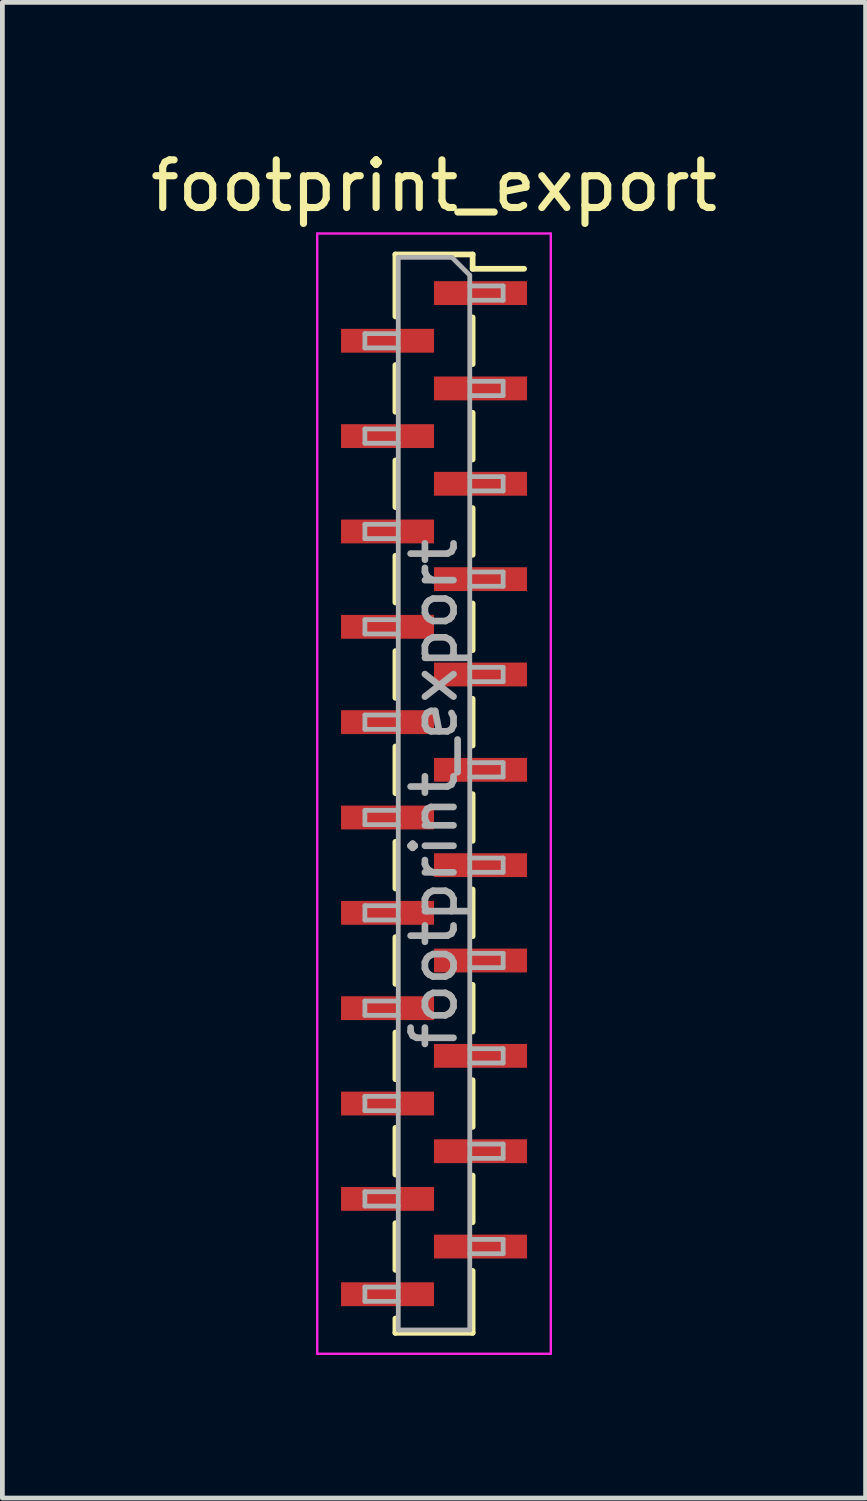
<source format=kicad_pcb>
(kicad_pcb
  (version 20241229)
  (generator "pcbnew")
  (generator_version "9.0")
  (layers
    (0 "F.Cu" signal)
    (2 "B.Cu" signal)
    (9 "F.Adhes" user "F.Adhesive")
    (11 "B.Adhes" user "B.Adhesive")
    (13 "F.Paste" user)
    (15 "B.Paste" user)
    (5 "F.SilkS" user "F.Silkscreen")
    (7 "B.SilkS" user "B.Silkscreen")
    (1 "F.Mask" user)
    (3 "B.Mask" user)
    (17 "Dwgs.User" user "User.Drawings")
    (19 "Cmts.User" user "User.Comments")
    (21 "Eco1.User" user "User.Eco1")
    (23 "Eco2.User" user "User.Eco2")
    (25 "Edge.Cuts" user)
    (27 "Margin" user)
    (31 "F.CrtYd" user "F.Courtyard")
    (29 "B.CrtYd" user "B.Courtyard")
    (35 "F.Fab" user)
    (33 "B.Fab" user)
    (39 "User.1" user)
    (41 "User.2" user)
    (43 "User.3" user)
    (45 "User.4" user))
  (footprint "footprint_export"
    (layer "F.Cu")
    (at 6.054 13.598)
    (property "Reference" "footprint_export" (at 0 -12.75 0) (layer "F.SilkS") (effects (font (size 1 1) (thickness 0.15))))
    (attr smd)
    (fp_line (start -0.81 -11.31) (end -0.81 -10.01) (stroke (width 0.12) (type solid)) (layer "F.SilkS"))
    (fp_line (start -0.81 -11.31) (end 0.81 -11.31) (stroke (width 0.12) (type solid)) (layer "F.SilkS"))
    (fp_line (start -0.81 -8.99) (end -0.81 -8.01) (stroke (width 0.12) (type solid)) (layer "F.SilkS"))
    (fp_line (start -0.81 -6.99) (end -0.81 -6.01) (stroke (width 0.12) (type solid)) (layer "F.SilkS"))
    (fp_line (start -0.81 -4.99) (end -0.81 -4.01) (stroke (width 0.12) (type solid)) (layer "F.SilkS"))
    (fp_line (start -0.81 -2.99) (end -0.81 -2.01) (stroke (width 0.12) (type solid)) (layer "F.SilkS"))
    (fp_line (start -0.81 -0.99) (end -0.81 -0.01) (stroke (width 0.12) (type solid)) (layer "F.SilkS"))
    (fp_line (start -0.81 1.01) (end -0.81 1.99) (stroke (width 0.12) (type solid)) (layer "F.SilkS"))
    (fp_line (start -0.81 3.01) (end -0.81 3.99) (stroke (width 0.12) (type solid)) (layer "F.SilkS"))
    (fp_line (start -0.81 5.01) (end -0.81 5.99) (stroke (width 0.12) (type solid)) (layer "F.SilkS"))
    (fp_line (start -0.81 7.01) (end -0.81 7.99) (stroke (width 0.12) (type solid)) (layer "F.SilkS"))
    (fp_line (start -0.81 9.01) (end -0.81 9.99) (stroke (width 0.12) (type solid)) (layer "F.SilkS"))
    (fp_line (start -0.81 11.01) (end -0.81 11.31) (stroke (width 0.12) (type solid)) (layer "F.SilkS"))
    (fp_line (start -0.81 11.31) (end 0.81 11.31) (stroke (width 0.12) (type solid)) (layer "F.SilkS"))
    (fp_line (start 0.81 -11.31) (end 0.81 -11.01) (stroke (width 0.12) (type solid)) (layer "F.SilkS"))
    (fp_line (start 0.81 -11.01) (end 1.89 -11.01) (stroke (width 0.12) (type solid)) (layer "F.SilkS"))
    (fp_line (start 0.81 -9.99) (end 0.81 -9.01) (stroke (width 0.12) (type solid)) (layer "F.SilkS"))
    (fp_line (start 0.81 -7.99) (end 0.81 -7.01) (stroke (width 0.12) (type solid)) (layer "F.SilkS"))
    (fp_line (start 0.81 -5.99) (end 0.81 -5.01) (stroke (width 0.12) (type solid)) (layer "F.SilkS"))
    (fp_line (start 0.81 -3.99) (end 0.81 -3.01) (stroke (width 0.12) (type solid)) (layer "F.SilkS"))
    (fp_line (start 0.81 -1.99) (end 0.81 -1.01) (stroke (width 0.12) (type solid)) (layer "F.SilkS"))
    (fp_line (start 0.81 0.01) (end 0.81 0.99) (stroke (width 0.12) (type solid)) (layer "F.SilkS"))
    (fp_line (start 0.81 2.01) (end 0.81 2.99) (stroke (width 0.12) (type solid)) (layer "F.SilkS"))
    (fp_line (start 0.81 4.01) (end 0.81 4.99) (stroke (width 0.12) (type solid)) (layer "F.SilkS"))
    (fp_line (start 0.81 6.01) (end 0.81 6.99) (stroke (width 0.12) (type solid)) (layer "F.SilkS"))
    (fp_line (start 0.81 8.01) (end 0.81 8.99) (stroke (width 0.12) (type solid)) (layer "F.SilkS"))
    (fp_line (start 0.81 10.01) (end 0.81 11.31) (stroke (width 0.12) (type solid)) (layer "F.SilkS"))
    (fp_line (start -2.45 -11.75) (end 2.45 -11.75) (stroke (width 0.05) (type solid)) (layer "F.CrtYd"))
    (fp_line (start -2.45 11.75) (end -2.45 -11.75) (stroke (width 0.05) (type solid)) (layer "F.CrtYd"))
    (fp_line (start 2.45 -11.75) (end 2.45 11.75) (stroke (width 0.05) (type solid)) (layer "F.CrtYd"))
    (fp_line (start 2.45 11.75) (end -2.45 11.75) (stroke (width 0.05) (type solid)) (layer "F.CrtYd"))
    (fp_line (start -1.45 -9.65) (end -0.75 -9.65) (stroke (width 0.1) (type solid)) (layer "F.Fab"))
    (fp_line (start -1.45 -9.35) (end -1.45 -9.65) (stroke (width 0.1) (type solid)) (layer "F.Fab"))
    (fp_line (start -1.45 -7.65) (end -0.75 -7.65) (stroke (width 0.1) (type solid)) (layer "F.Fab"))
    (fp_line (start -1.45 -7.35) (end -1.45 -7.65) (stroke (width 0.1) (type solid)) (layer "F.Fab"))
    (fp_line (start -1.45 -5.65) (end -0.75 -5.65) (stroke (width 0.1) (type solid)) (layer "F.Fab"))
    (fp_line (start -1.45 -5.35) (end -1.45 -5.65) (stroke (width 0.1) (type solid)) (layer "F.Fab"))
    (fp_line (start -1.45 -3.65) (end -0.75 -3.65) (stroke (width 0.1) (type solid)) (layer "F.Fab"))
    (fp_line (start -1.45 -3.35) (end -1.45 -3.65) (stroke (width 0.1) (type solid)) (layer "F.Fab"))
    (fp_line (start -1.45 -1.65) (end -0.75 -1.65) (stroke (width 0.1) (type solid)) (layer "F.Fab"))
    (fp_line (start -1.45 -1.35) (end -1.45 -1.65) (stroke (width 0.1) (type solid)) (layer "F.Fab"))
    (fp_line (start -1.45 0.35) (end -0.75 0.35) (stroke (width 0.1) (type solid)) (layer "F.Fab"))
    (fp_line (start -1.45 0.65) (end -1.45 0.35) (stroke (width 0.1) (type solid)) (layer "F.Fab"))
    (fp_line (start -1.45 2.35) (end -0.75 2.35) (stroke (width 0.1) (type solid)) (layer "F.Fab"))
    (fp_line (start -1.45 2.65) (end -1.45 2.35) (stroke (width 0.1) (type solid)) (layer "F.Fab"))
    (fp_line (start -1.45 4.35) (end -0.75 4.35) (stroke (width 0.1) (type solid)) (layer "F.Fab"))
    (fp_line (start -1.45 4.65) (end -1.45 4.35) (stroke (width 0.1) (type solid)) (layer "F.Fab"))
    (fp_line (start -1.45 6.35) (end -0.75 6.35) (stroke (width 0.1) (type solid)) (layer "F.Fab"))
    (fp_line (start -1.45 6.65) (end -1.45 6.35) (stroke (width 0.1) (type solid)) (layer "F.Fab"))
    (fp_line (start -1.45 8.35) (end -0.75 8.35) (stroke (width 0.1) (type solid)) (layer "F.Fab"))
    (fp_line (start -1.45 8.65) (end -1.45 8.35) (stroke (width 0.1) (type solid)) (layer "F.Fab"))
    (fp_line (start -1.45 10.35) (end -0.75 10.35) (stroke (width 0.1) (type solid)) (layer "F.Fab"))
    (fp_line (start -1.45 10.65) (end -1.45 10.35) (stroke (width 0.1) (type solid)) (layer "F.Fab"))
    (fp_line (start -0.75 -11.25) (end 0.375 -11.25) (stroke (width 0.1) (type solid)) (layer "F.Fab"))
    (fp_line (start -0.75 -9.35) (end -1.45 -9.35) (stroke (width 0.1) (type solid)) (layer "F.Fab"))
    (fp_line (start -0.75 -7.35) (end -1.45 -7.35) (stroke (width 0.1) (type solid)) (layer "F.Fab"))
    (fp_line (start -0.75 -5.35) (end -1.45 -5.35) (stroke (width 0.1) (type solid)) (layer "F.Fab"))
    (fp_line (start -0.75 -3.35) (end -1.45 -3.35) (stroke (width 0.1) (type solid)) (layer "F.Fab"))
    (fp_line (start -0.75 -1.35) (end -1.45 -1.35) (stroke (width 0.1) (type solid)) (layer "F.Fab"))
    (fp_line (start -0.75 0.65) (end -1.45 0.65) (stroke (width 0.1) (type solid)) (layer "F.Fab"))
    (fp_line (start -0.75 2.65) (end -1.45 2.65) (stroke (width 0.1) (type solid)) (layer "F.Fab"))
    (fp_line (start -0.75 4.65) (end -1.45 4.65) (stroke (width 0.1) (type solid)) (layer "F.Fab"))
    (fp_line (start -0.75 6.65) (end -1.45 6.65) (stroke (width 0.1) (type solid)) (layer "F.Fab"))
    (fp_line (start -0.75 8.65) (end -1.45 8.65) (stroke (width 0.1) (type solid)) (layer "F.Fab"))
    (fp_line (start -0.75 10.65) (end -1.45 10.65) (stroke (width 0.1) (type solid)) (layer "F.Fab"))
    (fp_line (start -0.75 11.25) (end -0.75 -11.25) (stroke (width 0.1) (type solid)) (layer "F.Fab"))
    (fp_line (start 0.375 -11.25) (end 0.75 -10.875) (stroke (width 0.1) (type solid)) (layer "F.Fab"))
    (fp_line (start 0.75 -10.875) (end 0.75 11.25) (stroke (width 0.1) (type solid)) (layer "F.Fab"))
    (fp_line (start 0.75 -10.65) (end 1.45 -10.65) (stroke (width 0.1) (type solid)) (layer "F.Fab"))
    (fp_line (start 0.75 -8.65) (end 1.45 -8.65) (stroke (width 0.1) (type solid)) (layer "F.Fab"))
    (fp_line (start 0.75 -6.65) (end 1.45 -6.65) (stroke (width 0.1) (type solid)) (layer "F.Fab"))
    (fp_line (start 0.75 -4.65) (end 1.45 -4.65) (stroke (width 0.1) (type solid)) (layer "F.Fab"))
    (fp_line (start 0.75 -2.65) (end 1.45 -2.65) (stroke (width 0.1) (type solid)) (layer "F.Fab"))
    (fp_line (start 0.75 -0.65) (end 1.45 -0.65) (stroke (width 0.1) (type solid)) (layer "F.Fab"))
    (fp_line (start 0.75 1.35) (end 1.45 1.35) (stroke (width 0.1) (type solid)) (layer "F.Fab"))
    (fp_line (start 0.75 3.35) (end 1.45 3.35) (stroke (width 0.1) (type solid)) (layer "F.Fab"))
    (fp_line (start 0.75 5.35) (end 1.45 5.35) (stroke (width 0.1) (type solid)) (layer "F.Fab"))
    (fp_line (start 0.75 7.35) (end 1.45 7.35) (stroke (width 0.1) (type solid)) (layer "F.Fab"))
    (fp_line (start 0.75 9.35) (end 1.45 9.35) (stroke (width 0.1) (type solid)) (layer "F.Fab"))
    (fp_line (start 0.75 11.25) (end -0.75 11.25) (stroke (width 0.1) (type solid)) (layer "F.Fab"))
    (fp_line (start 1.45 -10.65) (end 1.45 -10.35) (stroke (width 0.1) (type solid)) (layer "F.Fab"))
    (fp_line (start 1.45 -10.35) (end 0.75 -10.35) (stroke (width 0.1) (type solid)) (layer "F.Fab"))
    (fp_line (start 1.45 -8.65) (end 1.45 -8.35) (stroke (width 0.1) (type solid)) (layer "F.Fab"))
    (fp_line (start 1.45 -8.35) (end 0.75 -8.35) (stroke (width 0.1) (type solid)) (layer "F.Fab"))
    (fp_line (start 1.45 -6.65) (end 1.45 -6.35) (stroke (width 0.1) (type solid)) (layer "F.Fab"))
    (fp_line (start 1.45 -6.35) (end 0.75 -6.35) (stroke (width 0.1) (type solid)) (layer "F.Fab"))
    (fp_line (start 1.45 -4.65) (end 1.45 -4.35) (stroke (width 0.1) (type solid)) (layer "F.Fab"))
    (fp_line (start 1.45 -4.35) (end 0.75 -4.35) (stroke (width 0.1) (type solid)) (layer "F.Fab"))
    (fp_line (start 1.45 -2.65) (end 1.45 -2.35) (stroke (width 0.1) (type solid)) (layer "F.Fab"))
    (fp_line (start 1.45 -2.35) (end 0.75 -2.35) (stroke (width 0.1) (type solid)) (layer "F.Fab"))
    (fp_line (start 1.45 -0.65) (end 1.45 -0.35) (stroke (width 0.1) (type solid)) (layer "F.Fab"))
    (fp_line (start 1.45 -0.35) (end 0.75 -0.35) (stroke (width 0.1) (type solid)) (layer "F.Fab"))
    (fp_line (start 1.45 1.35) (end 1.45 1.65) (stroke (width 0.1) (type solid)) (layer "F.Fab"))
    (fp_line (start 1.45 1.65) (end 0.75 1.65) (stroke (width 0.1) (type solid)) (layer "F.Fab"))
    (fp_line (start 1.45 3.35) (end 1.45 3.65) (stroke (width 0.1) (type solid)) (layer "F.Fab"))
    (fp_line (start 1.45 3.65) (end 0.75 3.65) (stroke (width 0.1) (type solid)) (layer "F.Fab"))
    (fp_line (start 1.45 5.35) (end 1.45 5.65) (stroke (width 0.1) (type solid)) (layer "F.Fab"))
    (fp_line (start 1.45 5.65) (end 0.75 5.65) (stroke (width 0.1) (type solid)) (layer "F.Fab"))
    (fp_line (start 1.45 7.35) (end 1.45 7.65) (stroke (width 0.1) (type solid)) (layer "F.Fab"))
    (fp_line (start 1.45 7.65) (end 0.75 7.65) (stroke (width 0.1) (type solid)) (layer "F.Fab"))
    (fp_line (start 1.45 9.35) (end 1.45 9.65) (stroke (width 0.1) (type solid)) (layer "F.Fab"))
    (fp_line (start 1.45 9.65) (end 0.75 9.65) (stroke (width 0.1) (type solid)) (layer "F.Fab"))
    (fp_text user "${REFERENCE}" (at 0 0 90) (layer "F.Fab") (effects (font (size 0.9 0.9) (thickness 0.14))))
    (pad "1" smd rect (at 0.975 -10.5) (size 1.95 0.5) (layers "F.Cu" "F.Mask" "F.Paste"))
    (pad "2" smd rect (at -0.975 -9.5) (size 1.95 0.5) (layers "F.Cu" "F.Mask" "F.Paste"))
    (pad "3" smd rect (at 0.975 -8.5) (size 1.95 0.5) (layers "F.Cu" "F.Mask" "F.Paste"))
    (pad "4" smd rect (at -0.975 -7.5) (size 1.95 0.5) (layers "F.Cu" "F.Mask" "F.Paste"))
    (pad "5" smd rect (at 0.975 -6.5) (size 1.95 0.5) (layers "F.Cu" "F.Mask" "F.Paste"))
    (pad "6" smd rect (at -0.975 -5.5) (size 1.95 0.5) (layers "F.Cu" "F.Mask" "F.Paste"))
    (pad "7" smd rect (at 0.975 -4.5) (size 1.95 0.5) (layers "F.Cu" "F.Mask" "F.Paste"))
    (pad "8" smd rect (at -0.975 -3.5) (size 1.95 0.5) (layers "F.Cu" "F.Mask" "F.Paste"))
    (pad "9" smd rect (at 0.975 -2.5) (size 1.95 0.5) (layers "F.Cu" "F.Mask" "F.Paste"))
    (pad "10" smd rect (at -0.975 -1.5) (size 1.95 0.5) (layers "F.Cu" "F.Mask" "F.Paste"))
    (pad "11" smd rect (at 0.975 -0.5) (size 1.95 0.5) (layers "F.Cu" "F.Mask" "F.Paste"))
    (pad "12" smd rect (at -0.975 0.5) (size 1.95 0.5) (layers "F.Cu" "F.Mask" "F.Paste"))
    (pad "13" smd rect (at 0.975 1.5) (size 1.95 0.5) (layers "F.Cu" "F.Mask" "F.Paste"))
    (pad "14" smd rect (at -0.975 2.5) (size 1.95 0.5) (layers "F.Cu" "F.Mask" "F.Paste"))
    (pad "15" smd rect (at 0.975 3.5) (size 1.95 0.5) (layers "F.Cu" "F.Mask" "F.Paste"))
    (pad "16" smd rect (at -0.975 4.5) (size 1.95 0.5) (layers "F.Cu" "F.Mask" "F.Paste"))
    (pad "17" smd rect (at 0.975 5.5) (size 1.95 0.5) (layers "F.Cu" "F.Mask" "F.Paste"))
    (pad "18" smd rect (at -0.975 6.5) (size 1.95 0.5) (layers "F.Cu" "F.Mask" "F.Paste"))
    (pad "19" smd rect (at 0.975 7.5) (size 1.95 0.5) (layers "F.Cu" "F.Mask" "F.Paste"))
    (pad "20" smd rect (at -0.975 8.5) (size 1.95 0.5) (layers "F.Cu" "F.Mask" "F.Paste"))
    (pad "21" smd rect (at 0.975 9.5) (size 1.95 0.5) (layers "F.Cu" "F.Mask" "F.Paste"))
    (pad "22" smd rect (at -0.975 10.5) (size 1.95 0.5) (layers "F.Cu" "F.Mask" "F.Paste")))
  (gr_rect
    (start -3 -3)
    (end 15.107 28.373)
    (stroke (width 0.1) (type default))
    (fill no)
    (layer "Edge.Cuts")))
</source>
